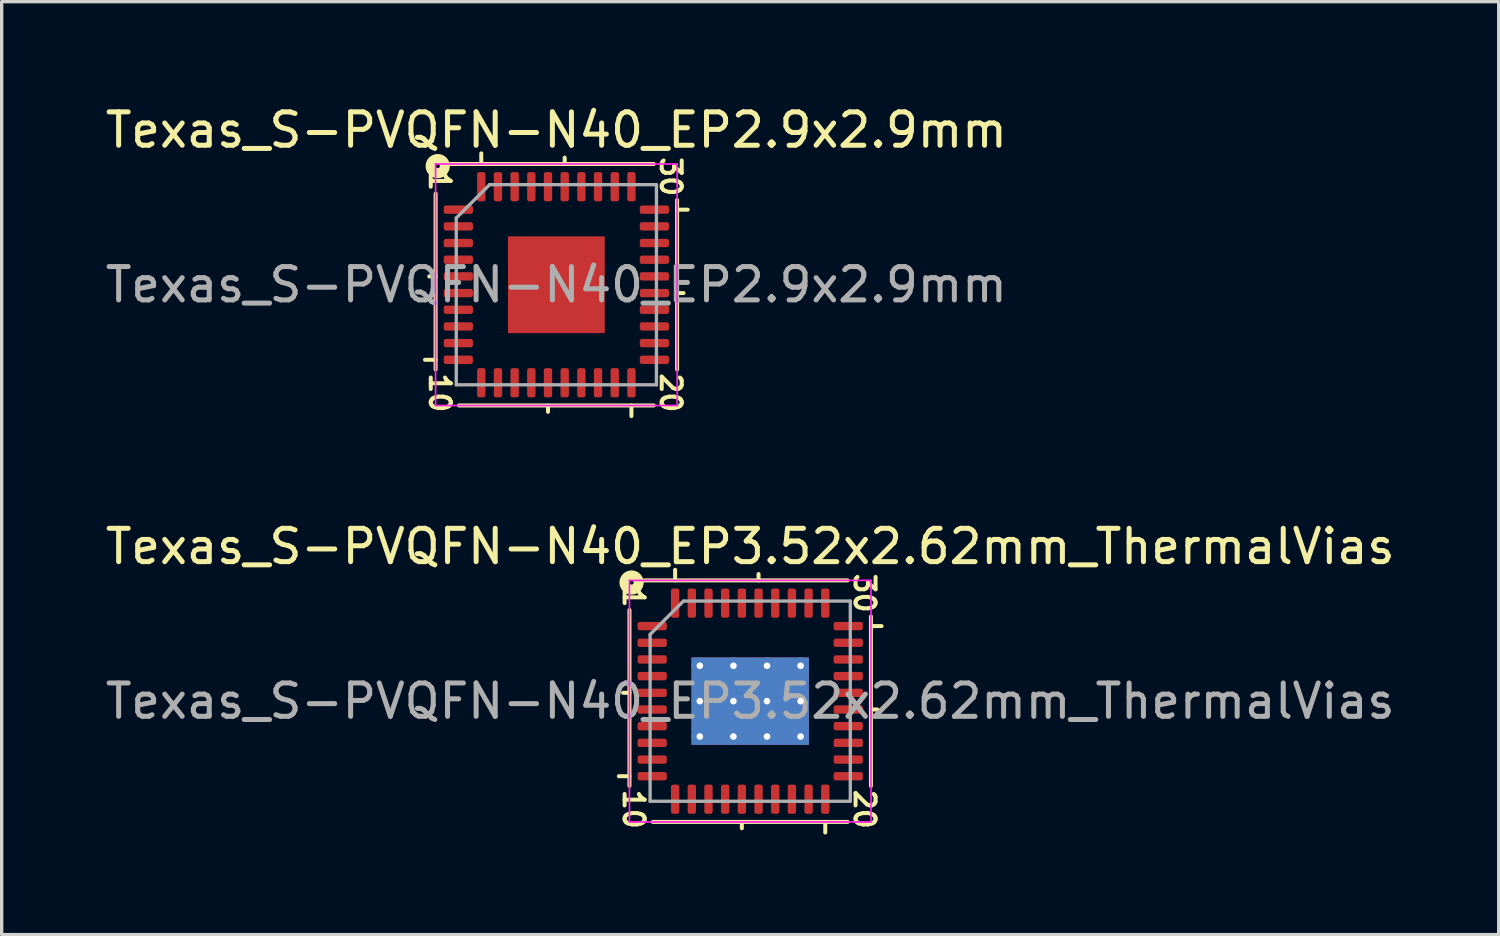
<source format=kicad_pcb>
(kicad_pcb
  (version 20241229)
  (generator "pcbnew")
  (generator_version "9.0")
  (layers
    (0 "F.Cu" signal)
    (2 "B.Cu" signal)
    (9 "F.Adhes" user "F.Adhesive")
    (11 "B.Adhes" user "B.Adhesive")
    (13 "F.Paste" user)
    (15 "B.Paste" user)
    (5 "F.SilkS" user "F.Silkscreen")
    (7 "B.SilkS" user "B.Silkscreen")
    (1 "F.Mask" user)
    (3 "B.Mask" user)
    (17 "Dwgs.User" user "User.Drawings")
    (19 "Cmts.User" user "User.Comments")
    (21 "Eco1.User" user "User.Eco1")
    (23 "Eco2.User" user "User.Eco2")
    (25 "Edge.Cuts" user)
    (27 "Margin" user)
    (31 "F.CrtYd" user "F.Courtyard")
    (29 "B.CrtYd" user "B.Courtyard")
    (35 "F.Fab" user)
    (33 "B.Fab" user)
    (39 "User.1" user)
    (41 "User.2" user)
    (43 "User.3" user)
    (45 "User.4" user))
  (footprint "Texas_S-PVQFN-N40_EP3.52x2.62mm_ThermalVias"
    (layer "F.Cu")
    (at 19.435 17.965)
    (property "Reference" "Texas_S-PVQFN-N40_EP3.52x2.62mm_ThermalVias" (at 0 -4.636 0) (layer "F.SilkS") (effects (font (size 1 1) (thickness 0.15))))
    (attr smd)
    (fp_line (start -3.619 -2.731) (end -3.619 2.54) (stroke (width 0.12) (type solid)) (layer "F.SilkS"))
    (fp_line (start -3.619 -0.25) (end -3.81 -0.25) (stroke (width 0.12) (type solid)) (layer "F.SilkS"))
    (fp_line (start -3.619 2.25) (end -3.937 2.25) (stroke (width 0.12) (type solid)) (layer "F.SilkS"))
    (fp_line (start -2.921 3.619) (end 2.921 3.619) (stroke (width 0.12) (type solid)) (layer "F.SilkS"))
    (fp_line (start -2.25 -3.619) (end -2.25 -3.937) (stroke (width 0.12) (type solid)) (layer "F.SilkS"))
    (fp_line (start -0.25 3.619) (end -0.25 3.81) (stroke (width 0.12) (type solid)) (layer "F.SilkS"))
    (fp_line (start 0.25 -3.619) (end 0.25 -3.81) (stroke (width 0.12) (type solid)) (layer "F.SilkS"))
    (fp_line (start 2.25 3.619) (end 2.25 3.937) (stroke (width 0.12) (type solid)) (layer "F.SilkS"))
    (fp_line (start 2.921 -3.619) (end -3.175 -3.619) (stroke (width 0.12) (type solid)) (layer "F.SilkS"))
    (fp_line (start 3.619 -2.25) (end 3.937 -2.25) (stroke (width 0.12) (type solid)) (layer "F.SilkS"))
    (fp_line (start 3.619 0.25) (end 3.81 0.25) (stroke (width 0.12) (type solid)) (layer "F.SilkS"))
    (fp_line (start 3.619 2.54) (end 3.619 -2.54) (stroke (width 0.12) (type solid)) (layer "F.SilkS"))
    (fp_circle (center -3.556 -3.556) (end -3.493 -3.556) (stroke (width 0.3) (type solid)) (fill no) (layer "F.SilkS"))
    (fp_line (start -3.62 -3.62) (end -3.62 3.62) (stroke (width 0.05) (type solid)) (layer "F.CrtYd"))
    (fp_line (start -3.62 3.62) (end 3.62 3.62) (stroke (width 0.05) (type solid)) (layer "F.CrtYd"))
    (fp_line (start 3.62 -3.62) (end -3.62 -3.62) (stroke (width 0.05) (type solid)) (layer "F.CrtYd"))
    (fp_line (start 3.62 3.62) (end 3.62 -3.62) (stroke (width 0.05) (type solid)) (layer "F.CrtYd"))
    (fp_line (start -3 -2) (end -2 -3) (stroke (width 0.1) (type solid)) (layer "F.Fab"))
    (fp_line (start -3 3) (end -3 -2) (stroke (width 0.1) (type solid)) (layer "F.Fab"))
    (fp_line (start -2 -3) (end 3 -3) (stroke (width 0.1) (type solid)) (layer "F.Fab"))
    (fp_line (start 3 -3) (end 3 3) (stroke (width 0.1) (type solid)) (layer "F.Fab"))
    (fp_line (start 3 3) (end -3 3) (stroke (width 0.1) (type solid)) (layer "F.Fab"))
    (fp_text user "20" (at 3.429 3.239 270) (unlocked yes) (layer "F.SilkS") (effects (font (size 0.6 0.6) (thickness 0.12))))
    (fp_text user "10" (at -3.493 3.239 270) (unlocked yes) (layer "F.SilkS") (effects (font (size 0.6 0.6) (thickness 0.12))))
    (fp_text user "1" (at -3.493 -3.111 270) (unlocked yes) (layer "F.SilkS") (effects (font (size 0.6 0.6) (thickness 0.12))))
    (fp_text user "30" (at 3.429 -3.239 270) (unlocked yes) (layer "F.SilkS") (effects (font (size 0.6 0.6) (thickness 0.12))))
    (fp_text user "${REFERENCE}" (at 0 0 0) (layer "F.Fab") (effects (font (size 1 1) (thickness 0.15))))
    (pad "" smd roundrect (at -1.17 -0.655) (size 0.98 1.1) (layers "F.Paste") (roundrect_rratio 0.25))
    (pad "" smd roundrect (at -1.17 0.655) (size 0.98 1.1) (layers "F.Paste") (roundrect_rratio 0.25))
    (pad "" smd roundrect (at 0 -0.655) (size 0.98 1.1) (layers "F.Paste") (roundrect_rratio 0.25))
    (pad "" smd roundrect (at 0 0.655) (size 0.98 1.1) (layers "F.Paste") (roundrect_rratio 0.25))
    (pad "" smd roundrect (at 1.17 -0.655) (size 0.98 1.1) (layers "F.Paste") (roundrect_rratio 0.25))
    (pad "" smd roundrect (at 1.17 0.655) (size 0.98 1.1) (layers "F.Paste") (roundrect_rratio 0.25))
    (pad "1" smd roundrect (at -2.938 -2.25) (size 0.875 0.25) (layers "F.Cu" "F.Mask" "F.Paste") (roundrect_rratio 0.25))
    (pad "2" smd roundrect (at -2.938 -1.75) (size 0.875 0.25) (layers "F.Cu" "F.Mask" "F.Paste") (roundrect_rratio 0.25))
    (pad "3" smd roundrect (at -2.938 -1.25) (size 0.875 0.25) (layers "F.Cu" "F.Mask" "F.Paste") (roundrect_rratio 0.25))
    (pad "4" smd roundrect (at -2.938 -0.75) (size 0.875 0.25) (layers "F.Cu" "F.Mask" "F.Paste") (roundrect_rratio 0.25))
    (pad "5" smd roundrect (at -2.938 -0.25) (size 0.875 0.25) (layers "F.Cu" "F.Mask" "F.Paste") (roundrect_rratio 0.25))
    (pad "6" smd roundrect (at -2.938 0.25) (size 0.875 0.25) (layers "F.Cu" "F.Mask" "F.Paste") (roundrect_rratio 0.25))
    (pad "7" smd roundrect (at -2.938 0.75) (size 0.875 0.25) (layers "F.Cu" "F.Mask" "F.Paste") (roundrect_rratio 0.25))
    (pad "8" smd roundrect (at -2.938 1.25) (size 0.875 0.25) (layers "F.Cu" "F.Mask" "F.Paste") (roundrect_rratio 0.25))
    (pad "9" smd roundrect (at -2.938 1.75) (size 0.875 0.25) (layers "F.Cu" "F.Mask" "F.Paste") (roundrect_rratio 0.25))
    (pad "10" smd roundrect (at -2.938 2.25) (size 0.875 0.25) (layers "F.Cu" "F.Mask" "F.Paste") (roundrect_rratio 0.25))
    (pad "11" smd roundrect (at -2.25 2.938) (size 0.25 0.875) (layers "F.Cu" "F.Mask" "F.Paste") (roundrect_rratio 0.25))
    (pad "12" smd roundrect (at -1.75 2.938) (size 0.25 0.875) (layers "F.Cu" "F.Mask" "F.Paste") (roundrect_rratio 0.25))
    (pad "13" smd roundrect (at -1.25 2.938) (size 0.25 0.875) (layers "F.Cu" "F.Mask" "F.Paste") (roundrect_rratio 0.25))
    (pad "14" smd roundrect (at -0.75 2.938) (size 0.25 0.875) (layers "F.Cu" "F.Mask" "F.Paste") (roundrect_rratio 0.25))
    (pad "15" smd roundrect (at -0.25 2.938) (size 0.25 0.875) (layers "F.Cu" "F.Mask" "F.Paste") (roundrect_rratio 0.25))
    (pad "16" smd roundrect (at 0.25 2.938) (size 0.25 0.875) (layers "F.Cu" "F.Mask" "F.Paste") (roundrect_rratio 0.25))
    (pad "17" smd roundrect (at 0.75 2.938) (size 0.25 0.875) (layers "F.Cu" "F.Mask" "F.Paste") (roundrect_rratio 0.25))
    (pad "18" smd roundrect (at 1.25 2.938) (size 0.25 0.875) (layers "F.Cu" "F.Mask" "F.Paste") (roundrect_rratio 0.25))
    (pad "19" smd roundrect (at 1.75 2.938) (size 0.25 0.875) (layers "F.Cu" "F.Mask" "F.Paste") (roundrect_rratio 0.25))
    (pad "20" smd roundrect (at 2.25 2.938) (size 0.25 0.875) (layers "F.Cu" "F.Mask" "F.Paste") (roundrect_rratio 0.25))
    (pad "21" smd roundrect (at 2.938 2.25) (size 0.875 0.25) (layers "F.Cu" "F.Mask" "F.Paste") (roundrect_rratio 0.25))
    (pad "22" smd roundrect (at 2.938 1.75) (size 0.875 0.25) (layers "F.Cu" "F.Mask" "F.Paste") (roundrect_rratio 0.25))
    (pad "23" smd roundrect (at 2.938 1.25) (size 0.875 0.25) (layers "F.Cu" "F.Mask" "F.Paste") (roundrect_rratio 0.25))
    (pad "24" smd roundrect (at 2.938 0.75) (size 0.875 0.25) (layers "F.Cu" "F.Mask" "F.Paste") (roundrect_rratio 0.25))
    (pad "25" smd roundrect (at 2.938 0.25) (size 0.875 0.25) (layers "F.Cu" "F.Mask" "F.Paste") (roundrect_rratio 0.25))
    (pad "26" smd roundrect (at 2.938 -0.25) (size 0.875 0.25) (layers "F.Cu" "F.Mask" "F.Paste") (roundrect_rratio 0.25))
    (pad "27" smd roundrect (at 2.938 -0.75) (size 0.875 0.25) (layers "F.Cu" "F.Mask" "F.Paste") (roundrect_rratio 0.25))
    (pad "28" smd roundrect (at 2.938 -1.25) (size 0.875 0.25) (layers "F.Cu" "F.Mask" "F.Paste") (roundrect_rratio 0.25))
    (pad "29" smd roundrect (at 2.938 -1.75) (size 0.875 0.25) (layers "F.Cu" "F.Mask" "F.Paste") (roundrect_rratio 0.25))
    (pad "30" smd roundrect (at 2.938 -2.25) (size 0.875 0.25) (layers "F.Cu" "F.Mask" "F.Paste") (roundrect_rratio 0.25))
    (pad "31" smd roundrect (at 2.25 -2.938) (size 0.25 0.875) (layers "F.Cu" "F.Mask" "F.Paste") (roundrect_rratio 0.25))
    (pad "32" smd roundrect (at 1.75 -2.938) (size 0.25 0.875) (layers "F.Cu" "F.Mask" "F.Paste") (roundrect_rratio 0.25))
    (pad "33" smd roundrect (at 1.25 -2.938) (size 0.25 0.875) (layers "F.Cu" "F.Mask" "F.Paste") (roundrect_rratio 0.25))
    (pad "34" smd roundrect (at 0.75 -2.938) (size 0.25 0.875) (layers "F.Cu" "F.Mask" "F.Paste") (roundrect_rratio 0.25))
    (pad "35" smd roundrect (at 0.25 -2.938) (size 0.25 0.875) (layers "F.Cu" "F.Mask" "F.Paste") (roundrect_rratio 0.25))
    (pad "36" smd roundrect (at -0.25 -2.938) (size 0.25 0.875) (layers "F.Cu" "F.Mask" "F.Paste") (roundrect_rratio 0.25))
    (pad "37" smd roundrect (at -0.75 -2.938) (size 0.25 0.875) (layers "F.Cu" "F.Mask" "F.Paste") (roundrect_rratio 0.25))
    (pad "38" smd roundrect (at -1.25 -2.938) (size 0.25 0.875) (layers "F.Cu" "F.Mask" "F.Paste") (roundrect_rratio 0.25))
    (pad "39" smd roundrect (at -1.75 -2.938) (size 0.25 0.875) (layers "F.Cu" "F.Mask" "F.Paste") (roundrect_rratio 0.25))
    (pad "40" smd roundrect (at -2.25 -2.938) (size 0.25 0.875) (layers "F.Cu" "F.Mask" "F.Paste") (roundrect_rratio 0.25))
    (pad "41" thru_hole circle (at -1.51 -1.06) (size 0.5 0.5) (drill 0.2) (layers "*.Cu"))
    (pad "41" thru_hole circle (at -1.51 0) (size 0.5 0.5) (drill 0.2) (layers "*.Cu"))
    (pad "41" thru_hole circle (at -1.51 1.06) (size 0.5 0.5) (drill 0.2) (layers "*.Cu"))
    (pad "41" thru_hole circle (at -0.503 -1.06) (size 0.5 0.5) (drill 0.2) (layers "*.Cu"))
    (pad "41" thru_hole circle (at -0.503 0) (size 0.5 0.5) (drill 0.2) (layers "*.Cu"))
    (pad "41" thru_hole circle (at -0.503 1.06) (size 0.5 0.5) (drill 0.2) (layers "*.Cu"))
    (pad "41" smd rect (at 0 0) (size 3.52 2.62) (layers "F.Cu" "F.Mask"))
    (pad "41" smd rect (at 0 0) (size 3.52 2.62) (layers "B.Cu" "B.Mask"))
    (pad "41" thru_hole circle (at 0.503 -1.06) (size 0.5 0.5) (drill 0.2) (layers "*.Cu"))
    (pad "41" thru_hole circle (at 0.503 0) (size 0.5 0.5) (drill 0.2) (layers "*.Cu"))
    (pad "41" thru_hole circle (at 0.503 1.06) (size 0.5 0.5) (drill 0.2) (layers "*.Cu"))
    (pad "41" thru_hole circle (at 1.51 -1.06) (size 0.5 0.5) (drill 0.2) (layers "*.Cu"))
    (pad "41" thru_hole circle (at 1.51 0) (size 0.5 0.5) (drill 0.2) (layers "*.Cu"))
    (pad "41" thru_hole circle (at 1.51 1.06) (size 0.5 0.5) (drill 0.2) (layers "*.Cu")))
  (footprint "Texas_S-PVQFN-N40_EP2.9x2.9mm"
    (layer "F.Cu")
    (at 13.625 5.484)
    (property "Reference" "Texas_S-PVQFN-N40_EP2.9x2.9mm" (at 0 -4.636 0) (layer "F.SilkS") (effects (font (size 1 1) (thickness 0.15))))
    (attr smd)
    (fp_line (start -3.619 -2.731) (end -3.619 2.54) (stroke (width 0.12) (type solid)) (layer "F.SilkS"))
    (fp_line (start -3.619 -0.25) (end -3.81 -0.25) (stroke (width 0.12) (type solid)) (layer "F.SilkS"))
    (fp_line (start -3.619 2.25) (end -3.937 2.25) (stroke (width 0.12) (type solid)) (layer "F.SilkS"))
    (fp_line (start -2.921 3.619) (end 2.921 3.619) (stroke (width 0.12) (type solid)) (layer "F.SilkS"))
    (fp_line (start -2.25 -3.619) (end -2.25 -3.937) (stroke (width 0.12) (type solid)) (layer "F.SilkS"))
    (fp_line (start -0.25 3.619) (end -0.25 3.81) (stroke (width 0.12) (type solid)) (layer "F.SilkS"))
    (fp_line (start 0.25 -3.619) (end 0.25 -3.81) (stroke (width 0.12) (type solid)) (layer "F.SilkS"))
    (fp_line (start 2.25 3.619) (end 2.25 3.937) (stroke (width 0.12) (type solid)) (layer "F.SilkS"))
    (fp_line (start 2.921 -3.619) (end -3.175 -3.619) (stroke (width 0.12) (type solid)) (layer "F.SilkS"))
    (fp_line (start 3.619 -2.25) (end 3.937 -2.25) (stroke (width 0.12) (type solid)) (layer "F.SilkS"))
    (fp_line (start 3.619 0.25) (end 3.81 0.25) (stroke (width 0.12) (type solid)) (layer "F.SilkS"))
    (fp_line (start 3.619 2.54) (end 3.619 -2.54) (stroke (width 0.12) (type solid)) (layer "F.SilkS"))
    (fp_circle (center -3.556 -3.556) (end -3.493 -3.556) (stroke (width 0.3) (type solid)) (fill no) (layer "F.SilkS"))
    (fp_line (start -3.62 -3.62) (end -3.62 3.62) (stroke (width 0.05) (type solid)) (layer "F.CrtYd"))
    (fp_line (start -3.62 3.62) (end 3.62 3.62) (stroke (width 0.05) (type solid)) (layer "F.CrtYd"))
    (fp_line (start 3.62 -3.62) (end -3.62 -3.62) (stroke (width 0.05) (type solid)) (layer "F.CrtYd"))
    (fp_line (start 3.62 3.62) (end 3.62 -3.62) (stroke (width 0.05) (type solid)) (layer "F.CrtYd"))
    (fp_line (start -3 -2) (end -2 -3) (stroke (width 0.1) (type solid)) (layer "F.Fab"))
    (fp_line (start -3 3) (end -3 -2) (stroke (width 0.1) (type solid)) (layer "F.Fab"))
    (fp_line (start -2 -3) (end 3 -3) (stroke (width 0.1) (type solid)) (layer "F.Fab"))
    (fp_line (start 3 -3) (end 3 3) (stroke (width 0.1) (type solid)) (layer "F.Fab"))
    (fp_line (start 3 3) (end -3 3) (stroke (width 0.1) (type solid)) (layer "F.Fab"))
    (fp_text user "10" (at -3.493 3.239 270) (unlocked yes) (layer "F.SilkS") (effects (font (size 0.6 0.6) (thickness 0.12))))
    (fp_text user "30" (at 3.429 -3.239 270) (unlocked yes) (layer "F.SilkS") (effects (font (size 0.6 0.6) (thickness 0.12))))
    (fp_text user "1" (at -3.493 -3.111 270) (unlocked yes) (layer "F.SilkS") (effects (font (size 0.6 0.6) (thickness 0.12))))
    (fp_text user "20" (at 3.429 3.239 270) (unlocked yes) (layer "F.SilkS") (effects (font (size 0.6 0.6) (thickness 0.12))))
    (fp_text user "${REFERENCE}" (at 0 0 0) (layer "F.Fab") (effects (font (size 1 1) (thickness 0.15))))
    (pad "" smd roundrect (at -0.725 -0.725) (size 1.17 1.17) (layers "F.Paste") (roundrect_rratio 0.214))
    (pad "" smd roundrect (at -0.725 0.725) (size 1.17 1.17) (layers "F.Paste") (roundrect_rratio 0.214))
    (pad "" smd roundrect (at 0.725 -0.725) (size 1.17 1.17) (layers "F.Paste") (roundrect_rratio 0.214))
    (pad "" smd roundrect (at 0.725 0.725) (size 1.17 1.17) (layers "F.Paste") (roundrect_rratio 0.214))
    (pad "1" smd roundrect (at -2.938 -2.25) (size 0.875 0.25) (layers "F.Cu" "F.Mask" "F.Paste") (roundrect_rratio 0.25))
    (pad "2" smd roundrect (at -2.938 -1.75) (size 0.875 0.25) (layers "F.Cu" "F.Mask" "F.Paste") (roundrect_rratio 0.25))
    (pad "3" smd roundrect (at -2.938 -1.25) (size 0.875 0.25) (layers "F.Cu" "F.Mask" "F.Paste") (roundrect_rratio 0.25))
    (pad "4" smd roundrect (at -2.938 -0.75) (size 0.875 0.25) (layers "F.Cu" "F.Mask" "F.Paste") (roundrect_rratio 0.25))
    (pad "5" smd roundrect (at -2.938 -0.25) (size 0.875 0.25) (layers "F.Cu" "F.Mask" "F.Paste") (roundrect_rratio 0.25))
    (pad "6" smd roundrect (at -2.938 0.25) (size 0.875 0.25) (layers "F.Cu" "F.Mask" "F.Paste") (roundrect_rratio 0.25))
    (pad "7" smd roundrect (at -2.938 0.75) (size 0.875 0.25) (layers "F.Cu" "F.Mask" "F.Paste") (roundrect_rratio 0.25))
    (pad "8" smd roundrect (at -2.938 1.25) (size 0.875 0.25) (layers "F.Cu" "F.Mask" "F.Paste") (roundrect_rratio 0.25))
    (pad "9" smd roundrect (at -2.938 1.75) (size 0.875 0.25) (layers "F.Cu" "F.Mask" "F.Paste") (roundrect_rratio 0.25))
    (pad "10" smd roundrect (at -2.938 2.25) (size 0.875 0.25) (layers "F.Cu" "F.Mask" "F.Paste") (roundrect_rratio 0.25))
    (pad "11" smd roundrect (at -2.25 2.938) (size 0.25 0.875) (layers "F.Cu" "F.Mask" "F.Paste") (roundrect_rratio 0.25))
    (pad "12" smd roundrect (at -1.75 2.938) (size 0.25 0.875) (layers "F.Cu" "F.Mask" "F.Paste") (roundrect_rratio 0.25))
    (pad "13" smd roundrect (at -1.25 2.938) (size 0.25 0.875) (layers "F.Cu" "F.Mask" "F.Paste") (roundrect_rratio 0.25))
    (pad "14" smd roundrect (at -0.75 2.938) (size 0.25 0.875) (layers "F.Cu" "F.Mask" "F.Paste") (roundrect_rratio 0.25))
    (pad "15" smd roundrect (at -0.25 2.938) (size 0.25 0.875) (layers "F.Cu" "F.Mask" "F.Paste") (roundrect_rratio 0.25))
    (pad "16" smd roundrect (at 0.25 2.938) (size 0.25 0.875) (layers "F.Cu" "F.Mask" "F.Paste") (roundrect_rratio 0.25))
    (pad "17" smd roundrect (at 0.75 2.938) (size 0.25 0.875) (layers "F.Cu" "F.Mask" "F.Paste") (roundrect_rratio 0.25))
    (pad "18" smd roundrect (at 1.25 2.938) (size 0.25 0.875) (layers "F.Cu" "F.Mask" "F.Paste") (roundrect_rratio 0.25))
    (pad "19" smd roundrect (at 1.75 2.938) (size 0.25 0.875) (layers "F.Cu" "F.Mask" "F.Paste") (roundrect_rratio 0.25))
    (pad "20" smd roundrect (at 2.25 2.938) (size 0.25 0.875) (layers "F.Cu" "F.Mask" "F.Paste") (roundrect_rratio 0.25))
    (pad "21" smd roundrect (at 2.938 2.25) (size 0.875 0.25) (layers "F.Cu" "F.Mask" "F.Paste") (roundrect_rratio 0.25))
    (pad "22" smd roundrect (at 2.938 1.75) (size 0.875 0.25) (layers "F.Cu" "F.Mask" "F.Paste") (roundrect_rratio 0.25))
    (pad "23" smd roundrect (at 2.938 1.25) (size 0.875 0.25) (layers "F.Cu" "F.Mask" "F.Paste") (roundrect_rratio 0.25))
    (pad "24" smd roundrect (at 2.938 0.75) (size 0.875 0.25) (layers "F.Cu" "F.Mask" "F.Paste") (roundrect_rratio 0.25))
    (pad "25" smd roundrect (at 2.938 0.25) (size 0.875 0.25) (layers "F.Cu" "F.Mask" "F.Paste") (roundrect_rratio 0.25))
    (pad "26" smd roundrect (at 2.938 -0.25) (size 0.875 0.25) (layers "F.Cu" "F.Mask" "F.Paste") (roundrect_rratio 0.25))
    (pad "27" smd roundrect (at 2.938 -0.75) (size 0.875 0.25) (layers "F.Cu" "F.Mask" "F.Paste") (roundrect_rratio 0.25))
    (pad "28" smd roundrect (at 2.938 -1.25) (size 0.875 0.25) (layers "F.Cu" "F.Mask" "F.Paste") (roundrect_rratio 0.25))
    (pad "29" smd roundrect (at 2.938 -1.75) (size 0.875 0.25) (layers "F.Cu" "F.Mask" "F.Paste") (roundrect_rratio 0.25))
    (pad "30" smd roundrect (at 2.938 -2.25) (size 0.875 0.25) (layers "F.Cu" "F.Mask" "F.Paste") (roundrect_rratio 0.25))
    (pad "31" smd roundrect (at 2.25 -2.938) (size 0.25 0.875) (layers "F.Cu" "F.Mask" "F.Paste") (roundrect_rratio 0.25))
    (pad "32" smd roundrect (at 1.75 -2.938) (size 0.25 0.875) (layers "F.Cu" "F.Mask" "F.Paste") (roundrect_rratio 0.25))
    (pad "33" smd roundrect (at 1.25 -2.938) (size 0.25 0.875) (layers "F.Cu" "F.Mask" "F.Paste") (roundrect_rratio 0.25))
    (pad "34" smd roundrect (at 0.75 -2.938) (size 0.25 0.875) (layers "F.Cu" "F.Mask" "F.Paste") (roundrect_rratio 0.25))
    (pad "35" smd roundrect (at 0.25 -2.938) (size 0.25 0.875) (layers "F.Cu" "F.Mask" "F.Paste") (roundrect_rratio 0.25))
    (pad "36" smd roundrect (at -0.25 -2.938) (size 0.25 0.875) (layers "F.Cu" "F.Mask" "F.Paste") (roundrect_rratio 0.25))
    (pad "37" smd roundrect (at -0.75 -2.938) (size 0.25 0.875) (layers "F.Cu" "F.Mask" "F.Paste") (roundrect_rratio 0.25))
    (pad "38" smd roundrect (at -1.25 -2.938) (size 0.25 0.875) (layers "F.Cu" "F.Mask" "F.Paste") (roundrect_rratio 0.25))
    (pad "39" smd roundrect (at -1.75 -2.938) (size 0.25 0.875) (layers "F.Cu" "F.Mask" "F.Paste") (roundrect_rratio 0.25))
    (pad "40" smd roundrect (at -2.25 -2.938) (size 0.25 0.875) (layers "F.Cu" "F.Mask" "F.Paste") (roundrect_rratio 0.25))
    (pad "41" smd rect (at 0 0) (size 2.9 2.9) (layers "F.Cu" "F.Mask")))
  (gr_rect
    (start -3 -3)
    (end 41.869 24.962)
    (stroke (width 0.1) (type default))
    (fill no)
    (layer "Edge.Cuts")))
</source>
